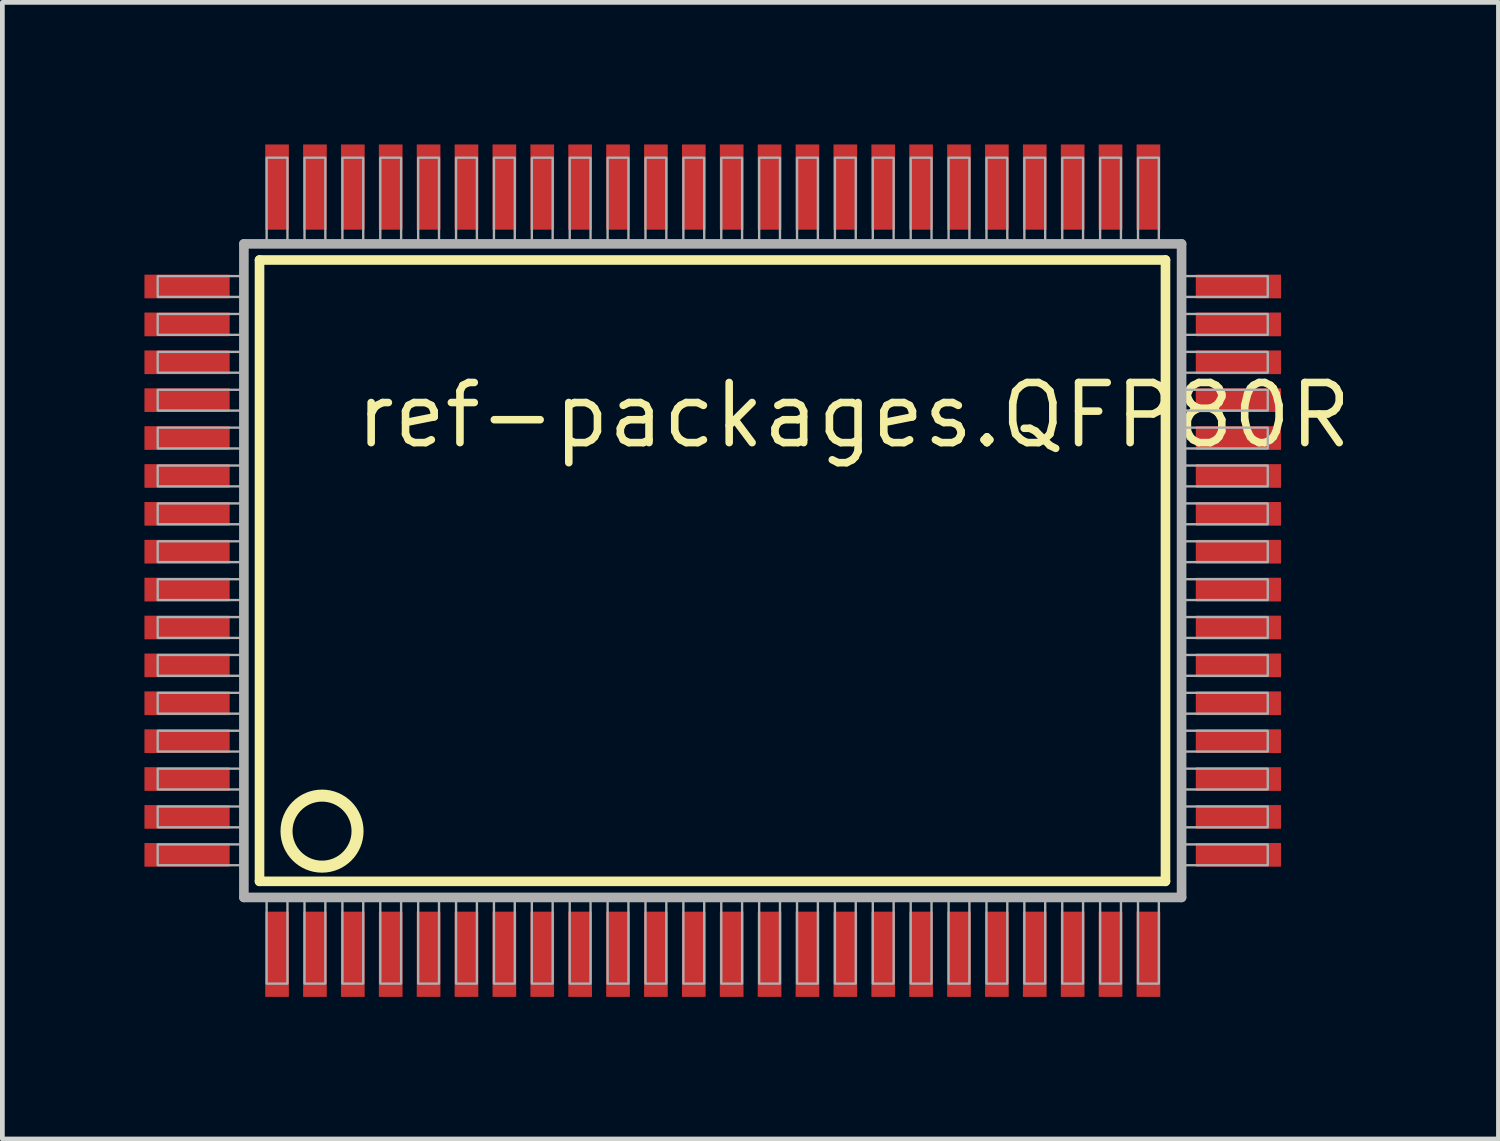
<source format=kicad_pcb>
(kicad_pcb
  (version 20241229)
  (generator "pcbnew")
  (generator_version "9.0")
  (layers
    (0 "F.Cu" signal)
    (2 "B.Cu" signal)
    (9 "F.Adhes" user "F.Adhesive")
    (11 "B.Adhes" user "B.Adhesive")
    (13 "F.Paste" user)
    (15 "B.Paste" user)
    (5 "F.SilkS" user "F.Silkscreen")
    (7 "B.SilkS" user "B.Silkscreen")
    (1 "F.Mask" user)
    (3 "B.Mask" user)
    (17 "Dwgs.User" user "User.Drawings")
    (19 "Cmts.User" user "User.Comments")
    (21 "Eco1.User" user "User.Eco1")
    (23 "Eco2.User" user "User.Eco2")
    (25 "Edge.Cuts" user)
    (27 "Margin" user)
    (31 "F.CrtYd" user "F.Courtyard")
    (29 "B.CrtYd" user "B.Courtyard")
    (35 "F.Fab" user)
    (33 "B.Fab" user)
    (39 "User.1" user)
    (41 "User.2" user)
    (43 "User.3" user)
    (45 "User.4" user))
  (footprint "ref-packages.QFP80R"
    (layer "F.Cu")
    (at 12 9)
    (property "Reference" "ref-packages.QFP80R" (at -7.62 -2.54 0) (layer "F.SilkS") (effects (font (size 1.27 1.27) (thickness 0.16)) (justify left bottom)))
    (attr smd)
    (fp_line (start -9.57 -6.56) (end 9.56 -6.56) (stroke (width 0.203) (type default)) (layer "F.SilkS"))
    (fp_line (start -9.57 6.56) (end -9.57 -6.56) (stroke (width 0.203) (type default)) (layer "F.SilkS"))
    (fp_line (start 9.56 -6.56) (end 9.56 6.56) (stroke (width 0.203) (type default)) (layer "F.SilkS"))
    (fp_line (start 9.56 6.56) (end -9.57 6.56) (stroke (width 0.203) (type default)) (layer "F.SilkS"))
    (fp_circle (center -8.25 5.5) (end -7.5 5.5) (stroke (width 0.254) (type default)) (fill no) (layer "F.SilkS"))
    (fp_line (start -9.9 -6.9) (end -9.9 6.9) (stroke (width 0.203) (type default)) (layer "F.Fab"))
    (fp_line (start -9.9 6.9) (end 9.9 6.9) (stroke (width 0.203) (type default)) (layer "F.Fab"))
    (fp_line (start 9.9 -6.9) (end -9.9 -6.9) (stroke (width 0.203) (type default)) (layer "F.Fab"))
    (fp_line (start 9.9 6.9) (end 9.9 -6.9) (stroke (width 0.203) (type default)) (layer "F.Fab"))
    (fp_rect (start -11.72 -5.78) (end -9.95 -6.22) (stroke (width 0.05) (type default)) (fill no) (layer "F.Fab"))
    (fp_rect (start -11.72 -4.98) (end -9.95 -5.42) (stroke (width 0.05) (type default)) (fill no) (layer "F.Fab"))
    (fp_rect (start -11.72 -4.18) (end -9.95 -4.62) (stroke (width 0.05) (type default)) (fill no) (layer "F.Fab"))
    (fp_rect (start -11.72 -3.38) (end -9.95 -3.82) (stroke (width 0.05) (type default)) (fill no) (layer "F.Fab"))
    (fp_rect (start -11.72 -2.58) (end -9.95 -3.02) (stroke (width 0.05) (type default)) (fill no) (layer "F.Fab"))
    (fp_rect (start -11.72 -1.78) (end -9.95 -2.22) (stroke (width 0.05) (type default)) (fill no) (layer "F.Fab"))
    (fp_rect (start -11.72 -0.98) (end -9.95 -1.42) (stroke (width 0.05) (type default)) (fill no) (layer "F.Fab"))
    (fp_rect (start -11.72 -0.18) (end -9.95 -0.62) (stroke (width 0.05) (type default)) (fill no) (layer "F.Fab"))
    (fp_rect (start -11.72 0.62) (end -9.95 0.18) (stroke (width 0.05) (type default)) (fill no) (layer "F.Fab"))
    (fp_rect (start -11.72 1.42) (end -9.95 0.98) (stroke (width 0.05) (type default)) (fill no) (layer "F.Fab"))
    (fp_rect (start -11.72 2.22) (end -9.95 1.78) (stroke (width 0.05) (type default)) (fill no) (layer "F.Fab"))
    (fp_rect (start -11.72 3.02) (end -9.95 2.58) (stroke (width 0.05) (type default)) (fill no) (layer "F.Fab"))
    (fp_rect (start -11.72 3.82) (end -9.95 3.38) (stroke (width 0.05) (type default)) (fill no) (layer "F.Fab"))
    (fp_rect (start -11.72 4.62) (end -9.95 4.18) (stroke (width 0.05) (type default)) (fill no) (layer "F.Fab"))
    (fp_rect (start -11.72 5.42) (end -9.95 4.98) (stroke (width 0.05) (type default)) (fill no) (layer "F.Fab"))
    (fp_rect (start -11.72 6.22) (end -9.95 5.78) (stroke (width 0.05) (type default)) (fill no) (layer "F.Fab"))
    (fp_rect (start -9.42 -6.95) (end -8.98 -8.72) (stroke (width 0.05) (type default)) (fill no) (layer "F.Fab"))
    (fp_rect (start -9.42 8.72) (end -8.98 6.95) (stroke (width 0.05) (type default)) (fill no) (layer "F.Fab"))
    (fp_rect (start -8.62 -6.95) (end -8.18 -8.72) (stroke (width 0.05) (type default)) (fill no) (layer "F.Fab"))
    (fp_rect (start -8.62 8.72) (end -8.18 6.95) (stroke (width 0.05) (type default)) (fill no) (layer "F.Fab"))
    (fp_rect (start -7.82 -6.95) (end -7.38 -8.72) (stroke (width 0.05) (type default)) (fill no) (layer "F.Fab"))
    (fp_rect (start -7.82 8.72) (end -7.38 6.95) (stroke (width 0.05) (type default)) (fill no) (layer "F.Fab"))
    (fp_rect (start -7.02 -6.95) (end -6.58 -8.72) (stroke (width 0.05) (type default)) (fill no) (layer "F.Fab"))
    (fp_rect (start -7.02 8.72) (end -6.58 6.95) (stroke (width 0.05) (type default)) (fill no) (layer "F.Fab"))
    (fp_rect (start -6.22 -6.95) (end -5.78 -8.72) (stroke (width 0.05) (type default)) (fill no) (layer "F.Fab"))
    (fp_rect (start -6.22 8.72) (end -5.78 6.95) (stroke (width 0.05) (type default)) (fill no) (layer "F.Fab"))
    (fp_rect (start -5.42 -6.95) (end -4.98 -8.72) (stroke (width 0.05) (type default)) (fill no) (layer "F.Fab"))
    (fp_rect (start -5.42 8.72) (end -4.98 6.95) (stroke (width 0.05) (type default)) (fill no) (layer "F.Fab"))
    (fp_rect (start -4.62 -6.95) (end -4.18 -8.72) (stroke (width 0.05) (type default)) (fill no) (layer "F.Fab"))
    (fp_rect (start -4.62 8.72) (end -4.18 6.95) (stroke (width 0.05) (type default)) (fill no) (layer "F.Fab"))
    (fp_rect (start -3.82 -6.95) (end -3.38 -8.72) (stroke (width 0.05) (type default)) (fill no) (layer "F.Fab"))
    (fp_rect (start -3.82 8.72) (end -3.38 6.95) (stroke (width 0.05) (type default)) (fill no) (layer "F.Fab"))
    (fp_rect (start -3.02 -6.95) (end -2.58 -8.72) (stroke (width 0.05) (type default)) (fill no) (layer "F.Fab"))
    (fp_rect (start -3.02 8.72) (end -2.58 6.95) (stroke (width 0.05) (type default)) (fill no) (layer "F.Fab"))
    (fp_rect (start -2.22 -6.95) (end -1.78 -8.72) (stroke (width 0.05) (type default)) (fill no) (layer "F.Fab"))
    (fp_rect (start -2.22 8.72) (end -1.78 6.95) (stroke (width 0.05) (type default)) (fill no) (layer "F.Fab"))
    (fp_rect (start -1.42 -6.95) (end -0.98 -8.72) (stroke (width 0.05) (type default)) (fill no) (layer "F.Fab"))
    (fp_rect (start -1.42 8.72) (end -0.98 6.95) (stroke (width 0.05) (type default)) (fill no) (layer "F.Fab"))
    (fp_rect (start -0.62 -6.95) (end -0.18 -8.72) (stroke (width 0.05) (type default)) (fill no) (layer "F.Fab"))
    (fp_rect (start -0.62 8.72) (end -0.18 6.95) (stroke (width 0.05) (type default)) (fill no) (layer "F.Fab"))
    (fp_rect (start 0.18 -6.95) (end 0.62 -8.72) (stroke (width 0.05) (type default)) (fill no) (layer "F.Fab"))
    (fp_rect (start 0.18 8.72) (end 0.62 6.95) (stroke (width 0.05) (type default)) (fill no) (layer "F.Fab"))
    (fp_rect (start 0.98 -6.95) (end 1.42 -8.72) (stroke (width 0.05) (type default)) (fill no) (layer "F.Fab"))
    (fp_rect (start 0.98 8.72) (end 1.42 6.95) (stroke (width 0.05) (type default)) (fill no) (layer "F.Fab"))
    (fp_rect (start 1.78 -6.95) (end 2.22 -8.72) (stroke (width 0.05) (type default)) (fill no) (layer "F.Fab"))
    (fp_rect (start 1.78 8.72) (end 2.22 6.95) (stroke (width 0.05) (type default)) (fill no) (layer "F.Fab"))
    (fp_rect (start 2.58 -6.95) (end 3.02 -8.72) (stroke (width 0.05) (type default)) (fill no) (layer "F.Fab"))
    (fp_rect (start 2.58 8.72) (end 3.02 6.95) (stroke (width 0.05) (type default)) (fill no) (layer "F.Fab"))
    (fp_rect (start 3.38 -6.95) (end 3.82 -8.72) (stroke (width 0.05) (type default)) (fill no) (layer "F.Fab"))
    (fp_rect (start 3.38 8.72) (end 3.82 6.95) (stroke (width 0.05) (type default)) (fill no) (layer "F.Fab"))
    (fp_rect (start 4.18 -6.95) (end 4.62 -8.72) (stroke (width 0.05) (type default)) (fill no) (layer "F.Fab"))
    (fp_rect (start 4.18 8.72) (end 4.62 6.95) (stroke (width 0.05) (type default)) (fill no) (layer "F.Fab"))
    (fp_rect (start 4.98 -6.95) (end 5.42 -8.72) (stroke (width 0.05) (type default)) (fill no) (layer "F.Fab"))
    (fp_rect (start 4.98 8.72) (end 5.42 6.95) (stroke (width 0.05) (type default)) (fill no) (layer "F.Fab"))
    (fp_rect (start 5.78 -6.95) (end 6.22 -8.72) (stroke (width 0.05) (type default)) (fill no) (layer "F.Fab"))
    (fp_rect (start 5.78 8.72) (end 6.22 6.95) (stroke (width 0.05) (type default)) (fill no) (layer "F.Fab"))
    (fp_rect (start 6.58 -6.95) (end 7.02 -8.72) (stroke (width 0.05) (type default)) (fill no) (layer "F.Fab"))
    (fp_rect (start 6.58 8.72) (end 7.02 6.95) (stroke (width 0.05) (type default)) (fill no) (layer "F.Fab"))
    (fp_rect (start 7.38 -6.95) (end 7.82 -8.72) (stroke (width 0.05) (type default)) (fill no) (layer "F.Fab"))
    (fp_rect (start 7.38 8.72) (end 7.82 6.95) (stroke (width 0.05) (type default)) (fill no) (layer "F.Fab"))
    (fp_rect (start 8.18 -6.95) (end 8.62 -8.72) (stroke (width 0.05) (type default)) (fill no) (layer "F.Fab"))
    (fp_rect (start 8.18 8.72) (end 8.62 6.95) (stroke (width 0.05) (type default)) (fill no) (layer "F.Fab"))
    (fp_rect (start 8.98 -6.95) (end 9.42 -8.72) (stroke (width 0.05) (type default)) (fill no) (layer "F.Fab"))
    (fp_rect (start 8.98 8.72) (end 9.42 6.95) (stroke (width 0.05) (type default)) (fill no) (layer "F.Fab"))
    (fp_rect (start 9.95 -5.78) (end 11.72 -6.22) (stroke (width 0.05) (type default)) (fill no) (layer "F.Fab"))
    (fp_rect (start 9.95 -4.98) (end 11.72 -5.42) (stroke (width 0.05) (type default)) (fill no) (layer "F.Fab"))
    (fp_rect (start 9.95 -4.18) (end 11.72 -4.62) (stroke (width 0.05) (type default)) (fill no) (layer "F.Fab"))
    (fp_rect (start 9.95 -3.38) (end 11.72 -3.82) (stroke (width 0.05) (type default)) (fill no) (layer "F.Fab"))
    (fp_rect (start 9.95 -2.58) (end 11.72 -3.02) (stroke (width 0.05) (type default)) (fill no) (layer "F.Fab"))
    (fp_rect (start 9.95 -1.78) (end 11.72 -2.22) (stroke (width 0.05) (type default)) (fill no) (layer "F.Fab"))
    (fp_rect (start 9.95 -0.98) (end 11.72 -1.42) (stroke (width 0.05) (type default)) (fill no) (layer "F.Fab"))
    (fp_rect (start 9.95 -0.18) (end 11.72 -0.62) (stroke (width 0.05) (type default)) (fill no) (layer "F.Fab"))
    (fp_rect (start 9.95 0.62) (end 11.72 0.18) (stroke (width 0.05) (type default)) (fill no) (layer "F.Fab"))
    (fp_rect (start 9.95 1.42) (end 11.72 0.98) (stroke (width 0.05) (type default)) (fill no) (layer "F.Fab"))
    (fp_rect (start 9.95 2.22) (end 11.72 1.78) (stroke (width 0.05) (type default)) (fill no) (layer "F.Fab"))
    (fp_rect (start 9.95 3.02) (end 11.72 2.58) (stroke (width 0.05) (type default)) (fill no) (layer "F.Fab"))
    (fp_rect (start 9.95 3.82) (end 11.72 3.38) (stroke (width 0.05) (type default)) (fill no) (layer "F.Fab"))
    (fp_rect (start 9.95 4.62) (end 11.72 4.18) (stroke (width 0.05) (type default)) (fill no) (layer "F.Fab"))
    (fp_rect (start 9.95 5.42) (end 11.72 4.98) (stroke (width 0.05) (type default)) (fill no) (layer "F.Fab"))
    (fp_rect (start 9.95 6.22) (end 11.72 5.78) (stroke (width 0.05) (type default)) (fill no) (layer "F.Fab"))
    (pad "1" smd roundrect (at -9.2 8.1) (size 0.5 1.8) (layers "F.Cu" "F.Mask" "F.Paste") (roundrect_rratio 0.01))
    (pad "2" smd roundrect (at -8.4 8.1) (size 0.5 1.8) (layers "F.Cu" "F.Mask" "F.Paste") (roundrect_rratio 0.01))
    (pad "3" smd roundrect (at -7.6 8.1) (size 0.5 1.8) (layers "F.Cu" "F.Mask" "F.Paste") (roundrect_rratio 0.01))
    (pad "4" smd roundrect (at -6.8 8.1) (size 0.5 1.8) (layers "F.Cu" "F.Mask" "F.Paste") (roundrect_rratio 0.01))
    (pad "5" smd roundrect (at -6 8.1) (size 0.5 1.8) (layers "F.Cu" "F.Mask" "F.Paste") (roundrect_rratio 0.01))
    (pad "6" smd roundrect (at -5.2 8.1) (size 0.5 1.8) (layers "F.Cu" "F.Mask" "F.Paste") (roundrect_rratio 0.01))
    (pad "7" smd roundrect (at -4.4 8.1) (size 0.5 1.8) (layers "F.Cu" "F.Mask" "F.Paste") (roundrect_rratio 0.01))
    (pad "8" smd roundrect (at -3.6 8.1) (size 0.5 1.8) (layers "F.Cu" "F.Mask" "F.Paste") (roundrect_rratio 0.01))
    (pad "9" smd roundrect (at -2.8 8.1) (size 0.5 1.8) (layers "F.Cu" "F.Mask" "F.Paste") (roundrect_rratio 0.01))
    (pad "10" smd roundrect (at -2 8.1) (size 0.5 1.8) (layers "F.Cu" "F.Mask" "F.Paste") (roundrect_rratio 0.01))
    (pad "11" smd roundrect (at -1.2 8.1) (size 0.5 1.8) (layers "F.Cu" "F.Mask" "F.Paste") (roundrect_rratio 0.01))
    (pad "12" smd roundrect (at -0.4 8.1) (size 0.5 1.8) (layers "F.Cu" "F.Mask" "F.Paste") (roundrect_rratio 0.01))
    (pad "13" smd roundrect (at 0.4 8.1) (size 0.5 1.8) (layers "F.Cu" "F.Mask" "F.Paste") (roundrect_rratio 0.01))
    (pad "14" smd roundrect (at 1.2 8.1) (size 0.5 1.8) (layers "F.Cu" "F.Mask" "F.Paste") (roundrect_rratio 0.01))
    (pad "15" smd roundrect (at 2 8.1) (size 0.5 1.8) (layers "F.Cu" "F.Mask" "F.Paste") (roundrect_rratio 0.01))
    (pad "16" smd roundrect (at 2.8 8.1) (size 0.5 1.8) (layers "F.Cu" "F.Mask" "F.Paste") (roundrect_rratio 0.01))
    (pad "17" smd roundrect (at 3.6 8.1) (size 0.5 1.8) (layers "F.Cu" "F.Mask" "F.Paste") (roundrect_rratio 0.01))
    (pad "18" smd roundrect (at 4.4 8.1) (size 0.5 1.8) (layers "F.Cu" "F.Mask" "F.Paste") (roundrect_rratio 0.01))
    (pad "19" smd roundrect (at 5.2 8.1) (size 0.5 1.8) (layers "F.Cu" "F.Mask" "F.Paste") (roundrect_rratio 0.01))
    (pad "20" smd roundrect (at 6 8.1) (size 0.5 1.8) (layers "F.Cu" "F.Mask" "F.Paste") (roundrect_rratio 0.01))
    (pad "21" smd roundrect (at 6.8 8.1) (size 0.5 1.8) (layers "F.Cu" "F.Mask" "F.Paste") (roundrect_rratio 0.01))
    (pad "22" smd roundrect (at 7.6 8.1) (size 0.5 1.8) (layers "F.Cu" "F.Mask" "F.Paste") (roundrect_rratio 0.01))
    (pad "23" smd roundrect (at 8.4 8.1) (size 0.5 1.8) (layers "F.Cu" "F.Mask" "F.Paste") (roundrect_rratio 0.01))
    (pad "24" smd roundrect (at 9.2 8.1) (size 0.5 1.8) (layers "F.Cu" "F.Mask" "F.Paste") (roundrect_rratio 0.01))
    (pad "25" smd roundrect (at 11.1 6) (size 1.8 0.5) (layers "F.Cu" "F.Mask" "F.Paste") (roundrect_rratio 0.01))
    (pad "26" smd roundrect (at 11.1 5.2) (size 1.8 0.5) (layers "F.Cu" "F.Mask" "F.Paste") (roundrect_rratio 0.01))
    (pad "27" smd roundrect (at 11.1 4.4) (size 1.8 0.5) (layers "F.Cu" "F.Mask" "F.Paste") (roundrect_rratio 0.01))
    (pad "28" smd roundrect (at 11.1 3.6) (size 1.8 0.5) (layers "F.Cu" "F.Mask" "F.Paste") (roundrect_rratio 0.01))
    (pad "29" smd roundrect (at 11.1 2.8) (size 1.8 0.5) (layers "F.Cu" "F.Mask" "F.Paste") (roundrect_rratio 0.01))
    (pad "30" smd roundrect (at 11.1 2) (size 1.8 0.5) (layers "F.Cu" "F.Mask" "F.Paste") (roundrect_rratio 0.01))
    (pad "31" smd roundrect (at 11.1 1.2) (size 1.8 0.5) (layers "F.Cu" "F.Mask" "F.Paste") (roundrect_rratio 0.01))
    (pad "32" smd roundrect (at 11.1 0.4) (size 1.8 0.5) (layers "F.Cu" "F.Mask" "F.Paste") (roundrect_rratio 0.01))
    (pad "33" smd roundrect (at 11.1 -0.4) (size 1.8 0.5) (layers "F.Cu" "F.Mask" "F.Paste") (roundrect_rratio 0.01))
    (pad "34" smd roundrect (at 11.1 -1.2) (size 1.8 0.5) (layers "F.Cu" "F.Mask" "F.Paste") (roundrect_rratio 0.01))
    (pad "35" smd roundrect (at 11.1 -2) (size 1.8 0.5) (layers "F.Cu" "F.Mask" "F.Paste") (roundrect_rratio 0.01))
    (pad "36" smd roundrect (at 11.1 -2.8) (size 1.8 0.5) (layers "F.Cu" "F.Mask" "F.Paste") (roundrect_rratio 0.01))
    (pad "37" smd roundrect (at 11.1 -3.6) (size 1.8 0.5) (layers "F.Cu" "F.Mask" "F.Paste") (roundrect_rratio 0.01))
    (pad "38" smd roundrect (at 11.1 -4.4) (size 1.8 0.5) (layers "F.Cu" "F.Mask" "F.Paste") (roundrect_rratio 0.01))
    (pad "39" smd roundrect (at 11.1 -5.2) (size 1.8 0.5) (layers "F.Cu" "F.Mask" "F.Paste") (roundrect_rratio 0.01))
    (pad "40" smd roundrect (at 11.1 -6) (size 1.8 0.5) (layers "F.Cu" "F.Mask" "F.Paste") (roundrect_rratio 0.01))
    (pad "41" smd roundrect (at 9.2 -8.1) (size 0.5 1.8) (layers "F.Cu" "F.Mask" "F.Paste") (roundrect_rratio 0.01))
    (pad "42" smd roundrect (at 8.4 -8.1) (size 0.5 1.8) (layers "F.Cu" "F.Mask" "F.Paste") (roundrect_rratio 0.01))
    (pad "43" smd roundrect (at 7.6 -8.1) (size 0.5 1.8) (layers "F.Cu" "F.Mask" "F.Paste") (roundrect_rratio 0.01))
    (pad "44" smd roundrect (at 6.8 -8.1) (size 0.5 1.8) (layers "F.Cu" "F.Mask" "F.Paste") (roundrect_rratio 0.01))
    (pad "45" smd roundrect (at 6 -8.1) (size 0.5 1.8) (layers "F.Cu" "F.Mask" "F.Paste") (roundrect_rratio 0.01))
    (pad "46" smd roundrect (at 5.2 -8.1) (size 0.5 1.8) (layers "F.Cu" "F.Mask" "F.Paste") (roundrect_rratio 0.01))
    (pad "47" smd roundrect (at 4.4 -8.1) (size 0.5 1.8) (layers "F.Cu" "F.Mask" "F.Paste") (roundrect_rratio 0.01))
    (pad "48" smd roundrect (at 3.6 -8.1) (size 0.5 1.8) (layers "F.Cu" "F.Mask" "F.Paste") (roundrect_rratio 0.01))
    (pad "49" smd roundrect (at 2.8 -8.1) (size 0.5 1.8) (layers "F.Cu" "F.Mask" "F.Paste") (roundrect_rratio 0.01))
    (pad "50" smd roundrect (at 2 -8.1) (size 0.5 1.8) (layers "F.Cu" "F.Mask" "F.Paste") (roundrect_rratio 0.01))
    (pad "51" smd roundrect (at 1.2 -8.1) (size 0.5 1.8) (layers "F.Cu" "F.Mask" "F.Paste") (roundrect_rratio 0.01))
    (pad "52" smd roundrect (at 0.4 -8.1) (size 0.5 1.8) (layers "F.Cu" "F.Mask" "F.Paste") (roundrect_rratio 0.01))
    (pad "53" smd roundrect (at -0.4 -8.1) (size 0.5 1.8) (layers "F.Cu" "F.Mask" "F.Paste") (roundrect_rratio 0.01))
    (pad "54" smd roundrect (at -1.2 -8.1) (size 0.5 1.8) (layers "F.Cu" "F.Mask" "F.Paste") (roundrect_rratio 0.01))
    (pad "55" smd roundrect (at -2 -8.1) (size 0.5 1.8) (layers "F.Cu" "F.Mask" "F.Paste") (roundrect_rratio 0.01))
    (pad "56" smd roundrect (at -2.8 -8.1) (size 0.5 1.8) (layers "F.Cu" "F.Mask" "F.Paste") (roundrect_rratio 0.01))
    (pad "57" smd roundrect (at -3.6 -8.1) (size 0.5 1.8) (layers "F.Cu" "F.Mask" "F.Paste") (roundrect_rratio 0.01))
    (pad "58" smd roundrect (at -4.4 -8.1) (size 0.5 1.8) (layers "F.Cu" "F.Mask" "F.Paste") (roundrect_rratio 0.01))
    (pad "59" smd roundrect (at -5.2 -8.1) (size 0.5 1.8) (layers "F.Cu" "F.Mask" "F.Paste") (roundrect_rratio 0.01))
    (pad "60" smd roundrect (at -6 -8.1) (size 0.5 1.8) (layers "F.Cu" "F.Mask" "F.Paste") (roundrect_rratio 0.01))
    (pad "61" smd roundrect (at -6.8 -8.1) (size 0.5 1.8) (layers "F.Cu" "F.Mask" "F.Paste") (roundrect_rratio 0.01))
    (pad "62" smd roundrect (at -7.6 -8.1) (size 0.5 1.8) (layers "F.Cu" "F.Mask" "F.Paste") (roundrect_rratio 0.01))
    (pad "63" smd roundrect (at -8.4 -8.1) (size 0.5 1.8) (layers "F.Cu" "F.Mask" "F.Paste") (roundrect_rratio 0.01))
    (pad "64" smd roundrect (at -9.2 -8.1) (size 0.5 1.8) (layers "F.Cu" "F.Mask" "F.Paste") (roundrect_rratio 0.01))
    (pad "65" smd roundrect (at -11.1 -6) (size 1.8 0.5) (layers "F.Cu" "F.Mask" "F.Paste") (roundrect_rratio 0.01))
    (pad "66" smd roundrect (at -11.1 -5.2) (size 1.8 0.5) (layers "F.Cu" "F.Mask" "F.Paste") (roundrect_rratio 0.01))
    (pad "67" smd roundrect (at -11.1 -4.4) (size 1.8 0.5) (layers "F.Cu" "F.Mask" "F.Paste") (roundrect_rratio 0.01))
    (pad "68" smd roundrect (at -11.1 -3.6) (size 1.8 0.5) (layers "F.Cu" "F.Mask" "F.Paste") (roundrect_rratio 0.01))
    (pad "69" smd roundrect (at -11.1 -2.8) (size 1.8 0.5) (layers "F.Cu" "F.Mask" "F.Paste") (roundrect_rratio 0.01))
    (pad "70" smd roundrect (at -11.1 -2) (size 1.8 0.5) (layers "F.Cu" "F.Mask" "F.Paste") (roundrect_rratio 0.01))
    (pad "71" smd roundrect (at -11.1 -1.2) (size 1.8 0.5) (layers "F.Cu" "F.Mask" "F.Paste") (roundrect_rratio 0.01))
    (pad "72" smd roundrect (at -11.1 -0.4) (size 1.8 0.5) (layers "F.Cu" "F.Mask" "F.Paste") (roundrect_rratio 0.01))
    (pad "73" smd roundrect (at -11.1 0.4) (size 1.8 0.5) (layers "F.Cu" "F.Mask" "F.Paste") (roundrect_rratio 0.01))
    (pad "74" smd roundrect (at -11.1 1.2) (size 1.8 0.5) (layers "F.Cu" "F.Mask" "F.Paste") (roundrect_rratio 0.01))
    (pad "75" smd roundrect (at -11.1 2) (size 1.8 0.5) (layers "F.Cu" "F.Mask" "F.Paste") (roundrect_rratio 0.01))
    (pad "76" smd roundrect (at -11.1 2.8) (size 1.8 0.5) (layers "F.Cu" "F.Mask" "F.Paste") (roundrect_rratio 0.01))
    (pad "77" smd roundrect (at -11.1 3.6) (size 1.8 0.5) (layers "F.Cu" "F.Mask" "F.Paste") (roundrect_rratio 0.01))
    (pad "78" smd roundrect (at -11.1 4.4) (size 1.8 0.5) (layers "F.Cu" "F.Mask" "F.Paste") (roundrect_rratio 0.01))
    (pad "79" smd roundrect (at -11.1 5.2) (size 1.8 0.5) (layers "F.Cu" "F.Mask" "F.Paste") (roundrect_rratio 0.01))
    (pad "80" smd roundrect (at -11.1 6) (size 1.8 0.5) (layers "F.Cu" "F.Mask" "F.Paste") (roundrect_rratio 0.01)))
  (gr_rect
    (start -3 -3)
    (end 28.591 21)
    (stroke (width 0.1) (type default))
    (fill no)
    (layer "Edge.Cuts")))
</source>
